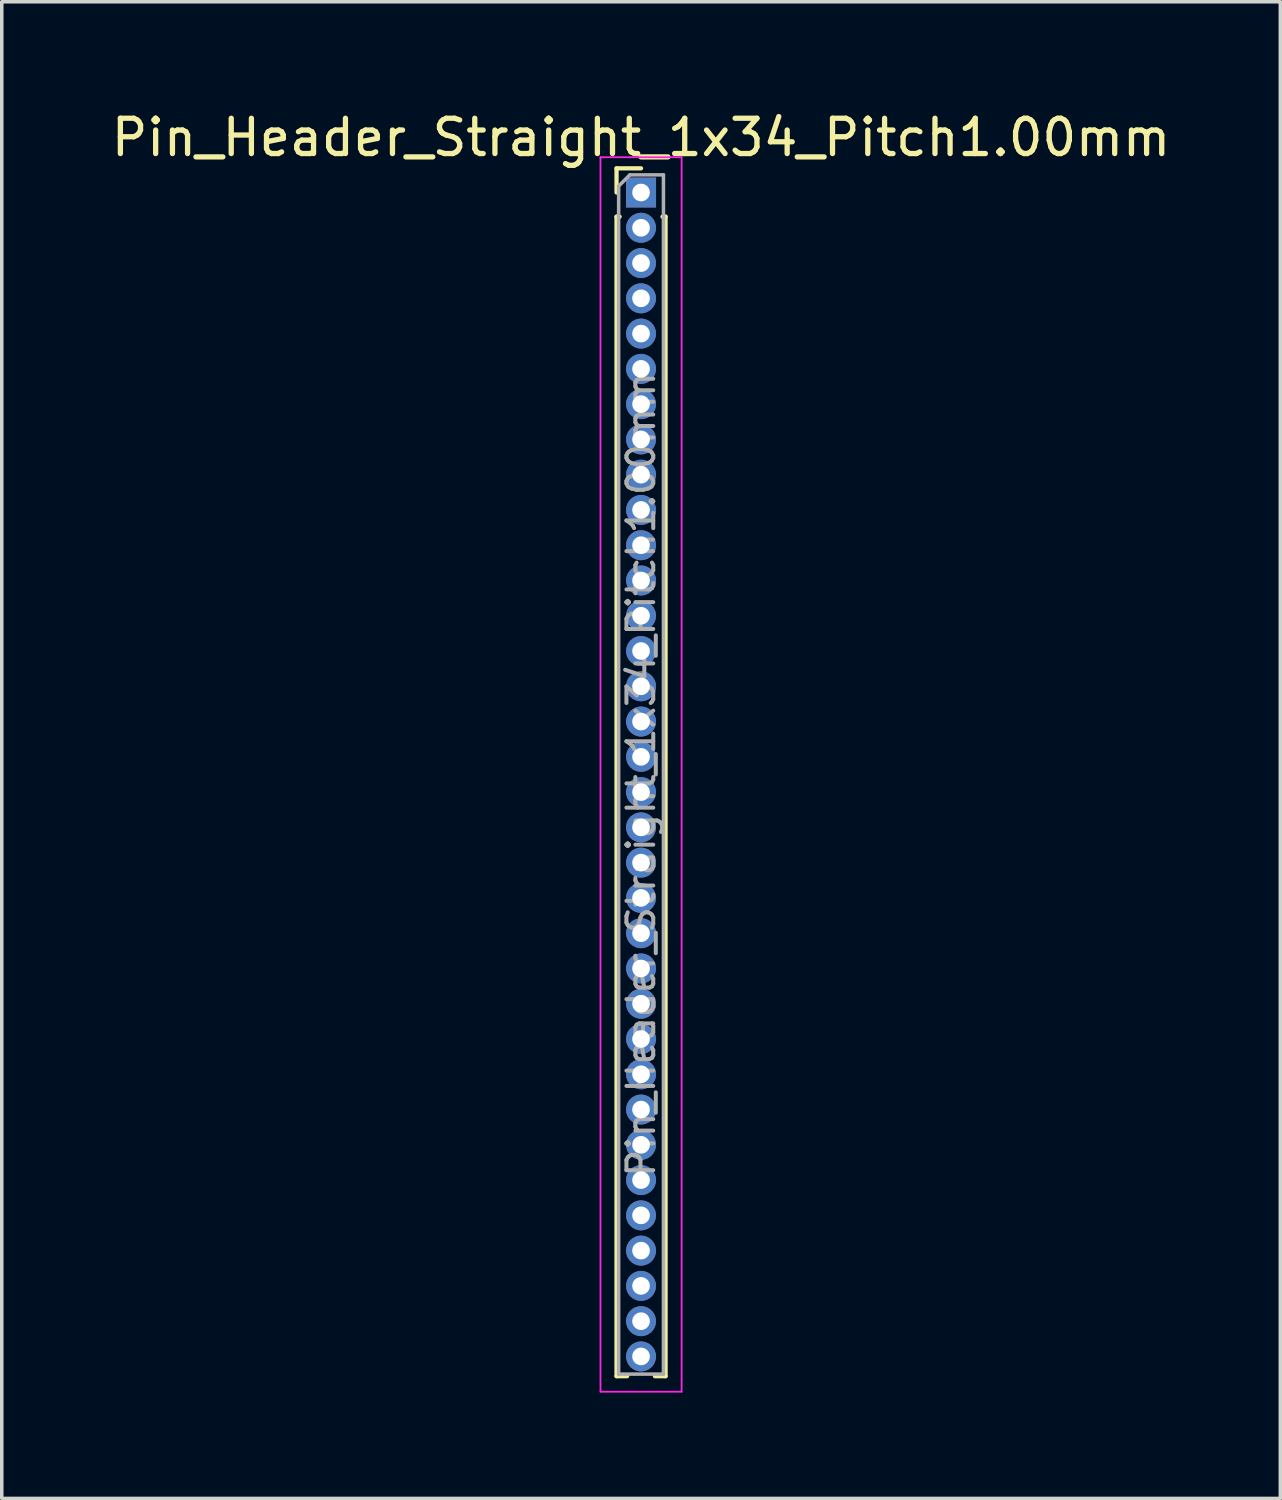
<source format=kicad_pcb>
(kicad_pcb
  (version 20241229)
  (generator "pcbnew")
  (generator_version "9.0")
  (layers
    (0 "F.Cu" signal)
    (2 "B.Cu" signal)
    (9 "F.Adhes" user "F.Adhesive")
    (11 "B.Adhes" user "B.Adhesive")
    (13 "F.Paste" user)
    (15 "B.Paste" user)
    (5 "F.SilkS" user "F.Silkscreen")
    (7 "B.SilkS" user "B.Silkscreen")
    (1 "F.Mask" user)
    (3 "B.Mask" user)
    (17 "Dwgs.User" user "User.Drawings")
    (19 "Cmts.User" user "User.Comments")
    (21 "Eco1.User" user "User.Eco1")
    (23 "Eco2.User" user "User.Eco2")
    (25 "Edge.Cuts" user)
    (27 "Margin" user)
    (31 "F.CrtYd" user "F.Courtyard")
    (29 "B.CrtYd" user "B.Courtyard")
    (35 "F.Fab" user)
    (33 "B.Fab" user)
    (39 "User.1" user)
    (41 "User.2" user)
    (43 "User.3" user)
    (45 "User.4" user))
  (footprint "Pin_Header_Straight_1x34_Pitch1.00mm"
    (layer "F.Cu")
    (at 15.125 2.408)
    (property "Reference" "Pin_Header_Straight_1x34_Pitch1.00mm" (at 0 -1.56 0) (layer "F.SilkS") (effects (font (size 1 1) (thickness 0.15))))
    (attr through_hole)
    (fp_line (start -0.695 -0.685) (end 0 -0.685) (stroke (width 0.12) (type solid)) (layer "F.SilkS"))
    (fp_line (start -0.695 0) (end -0.695 -0.685) (stroke (width 0.12) (type solid)) (layer "F.SilkS"))
    (fp_line (start -0.695 0.685) (end -0.695 33.56) (stroke (width 0.12) (type solid)) (layer "F.SilkS"))
    (fp_line (start -0.695 0.685) (end -0.608 0.685) (stroke (width 0.12) (type solid)) (layer "F.SilkS"))
    (fp_line (start -0.695 33.56) (end -0.394 33.56) (stroke (width 0.12) (type solid)) (layer "F.SilkS"))
    (fp_line (start 0.394 33.56) (end 0.695 33.56) (stroke (width 0.12) (type solid)) (layer "F.SilkS"))
    (fp_line (start 0.608 0.685) (end 0.695 0.685) (stroke (width 0.12) (type solid)) (layer "F.SilkS"))
    (fp_line (start 0.695 0.685) (end 0.695 33.56) (stroke (width 0.12) (type solid)) (layer "F.SilkS"))
    (fp_line (start -1.15 -1) (end -1.15 34) (stroke (width 0.05) (type solid)) (layer "F.CrtYd"))
    (fp_line (start -1.15 34) (end 1.15 34) (stroke (width 0.05) (type solid)) (layer "F.CrtYd"))
    (fp_line (start 1.15 -1) (end -1.15 -1) (stroke (width 0.05) (type solid)) (layer "F.CrtYd"))
    (fp_line (start 1.15 34) (end 1.15 -1) (stroke (width 0.05) (type solid)) (layer "F.CrtYd"))
    (fp_line (start -0.635 -0.182) (end -0.318 -0.5) (stroke (width 0.1) (type solid)) (layer "F.Fab"))
    (fp_line (start -0.635 33.5) (end -0.635 -0.182) (stroke (width 0.1) (type solid)) (layer "F.Fab"))
    (fp_line (start -0.318 -0.5) (end 0.635 -0.5) (stroke (width 0.1) (type solid)) (layer "F.Fab"))
    (fp_line (start 0.635 -0.5) (end 0.635 33.5) (stroke (width 0.1) (type solid)) (layer "F.Fab"))
    (fp_line (start 0.635 33.5) (end -0.635 33.5) (stroke (width 0.1) (type solid)) (layer "F.Fab"))
    (fp_text user "${REFERENCE}" (at 0 16.5 90) (layer "F.Fab") (effects (font (size 0.76 0.76) (thickness 0.114))))
    (pad "1" thru_hole rect (at 0 0) (size 0.85 0.85) (drill 0.5) (layers "*.Cu" "*.Mask"))
    (pad "2" thru_hole oval (at 0 1) (size 0.85 0.85) (drill 0.5) (layers "*.Cu" "*.Mask"))
    (pad "3" thru_hole oval (at 0 2) (size 0.85 0.85) (drill 0.5) (layers "*.Cu" "*.Mask"))
    (pad "4" thru_hole oval (at 0 3) (size 0.85 0.85) (drill 0.5) (layers "*.Cu" "*.Mask"))
    (pad "5" thru_hole oval (at 0 4) (size 0.85 0.85) (drill 0.5) (layers "*.Cu" "*.Mask"))
    (pad "6" thru_hole oval (at 0 5) (size 0.85 0.85) (drill 0.5) (layers "*.Cu" "*.Mask"))
    (pad "7" thru_hole oval (at 0 6) (size 0.85 0.85) (drill 0.5) (layers "*.Cu" "*.Mask"))
    (pad "8" thru_hole oval (at 0 7) (size 0.85 0.85) (drill 0.5) (layers "*.Cu" "*.Mask"))
    (pad "9" thru_hole oval (at 0 8) (size 0.85 0.85) (drill 0.5) (layers "*.Cu" "*.Mask"))
    (pad "10" thru_hole oval (at 0 9) (size 0.85 0.85) (drill 0.5) (layers "*.Cu" "*.Mask"))
    (pad "11" thru_hole oval (at 0 10) (size 0.85 0.85) (drill 0.5) (layers "*.Cu" "*.Mask"))
    (pad "12" thru_hole oval (at 0 11) (size 0.85 0.85) (drill 0.5) (layers "*.Cu" "*.Mask"))
    (pad "13" thru_hole oval (at 0 12) (size 0.85 0.85) (drill 0.5) (layers "*.Cu" "*.Mask"))
    (pad "14" thru_hole oval (at 0 13) (size 0.85 0.85) (drill 0.5) (layers "*.Cu" "*.Mask"))
    (pad "15" thru_hole oval (at 0 14) (size 0.85 0.85) (drill 0.5) (layers "*.Cu" "*.Mask"))
    (pad "16" thru_hole oval (at 0 15) (size 0.85 0.85) (drill 0.5) (layers "*.Cu" "*.Mask"))
    (pad "17" thru_hole oval (at 0 16) (size 0.85 0.85) (drill 0.5) (layers "*.Cu" "*.Mask"))
    (pad "18" thru_hole oval (at 0 17) (size 0.85 0.85) (drill 0.5) (layers "*.Cu" "*.Mask"))
    (pad "19" thru_hole oval (at 0 18) (size 0.85 0.85) (drill 0.5) (layers "*.Cu" "*.Mask"))
    (pad "20" thru_hole oval (at 0 19) (size 0.85 0.85) (drill 0.5) (layers "*.Cu" "*.Mask"))
    (pad "21" thru_hole oval (at 0 20) (size 0.85 0.85) (drill 0.5) (layers "*.Cu" "*.Mask"))
    (pad "22" thru_hole oval (at 0 21) (size 0.85 0.85) (drill 0.5) (layers "*.Cu" "*.Mask"))
    (pad "23" thru_hole oval (at 0 22) (size 0.85 0.85) (drill 0.5) (layers "*.Cu" "*.Mask"))
    (pad "24" thru_hole oval (at 0 23) (size 0.85 0.85) (drill 0.5) (layers "*.Cu" "*.Mask"))
    (pad "25" thru_hole oval (at 0 24) (size 0.85 0.85) (drill 0.5) (layers "*.Cu" "*.Mask"))
    (pad "26" thru_hole oval (at 0 25) (size 0.85 0.85) (drill 0.5) (layers "*.Cu" "*.Mask"))
    (pad "27" thru_hole oval (at 0 26) (size 0.85 0.85) (drill 0.5) (layers "*.Cu" "*.Mask"))
    (pad "28" thru_hole oval (at 0 27) (size 0.85 0.85) (drill 0.5) (layers "*.Cu" "*.Mask"))
    (pad "29" thru_hole oval (at 0 28) (size 0.85 0.85) (drill 0.5) (layers "*.Cu" "*.Mask"))
    (pad "30" thru_hole oval (at 0 29) (size 0.85 0.85) (drill 0.5) (layers "*.Cu" "*.Mask"))
    (pad "31" thru_hole oval (at 0 30) (size 0.85 0.85) (drill 0.5) (layers "*.Cu" "*.Mask"))
    (pad "32" thru_hole oval (at 0 31) (size 0.85 0.85) (drill 0.5) (layers "*.Cu" "*.Mask"))
    (pad "33" thru_hole oval (at 0 32) (size 0.85 0.85) (drill 0.5) (layers "*.Cu" "*.Mask"))
    (pad "34" thru_hole oval (at 0 33) (size 0.85 0.85) (drill 0.5) (layers "*.Cu" "*.Mask")))
  (gr_rect
    (start -3 -3)
    (end 33.25 39.433)
    (stroke (width 0.1) (type default))
    (fill no)
    (layer "Edge.Cuts")))
</source>
